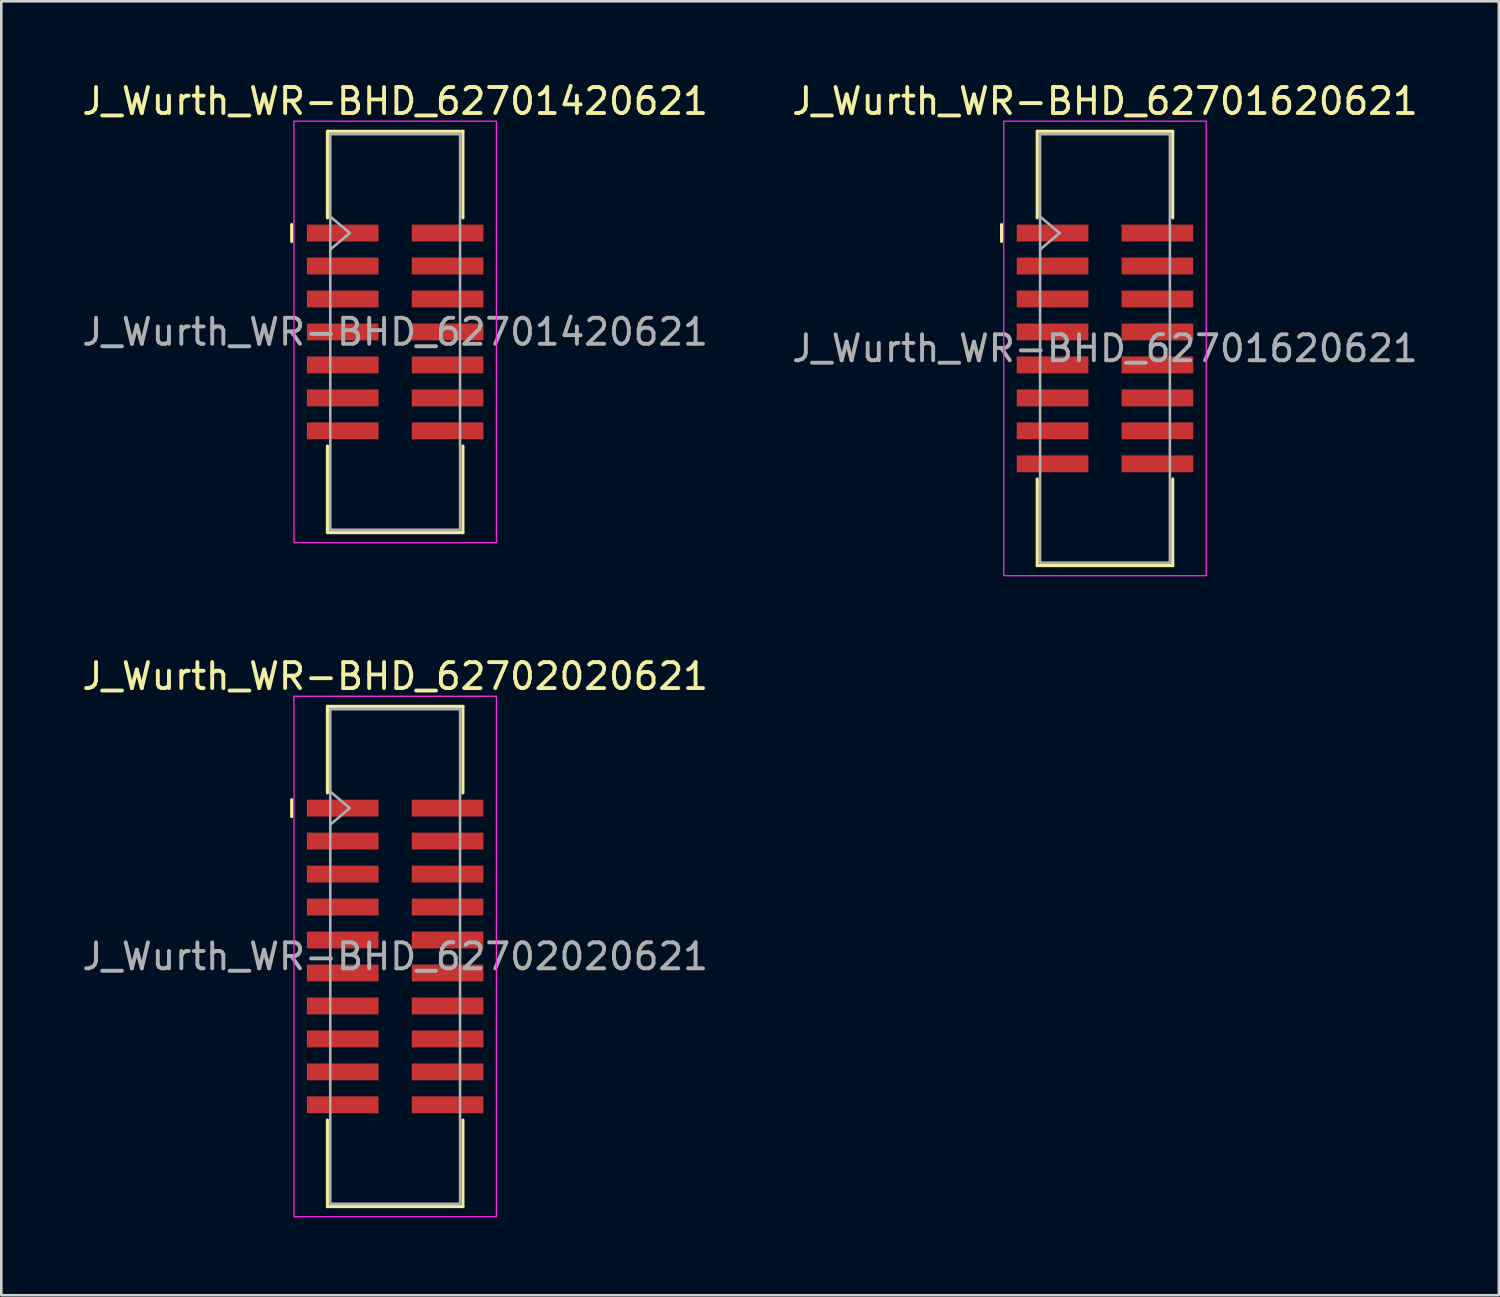
<source format=kicad_pcb>
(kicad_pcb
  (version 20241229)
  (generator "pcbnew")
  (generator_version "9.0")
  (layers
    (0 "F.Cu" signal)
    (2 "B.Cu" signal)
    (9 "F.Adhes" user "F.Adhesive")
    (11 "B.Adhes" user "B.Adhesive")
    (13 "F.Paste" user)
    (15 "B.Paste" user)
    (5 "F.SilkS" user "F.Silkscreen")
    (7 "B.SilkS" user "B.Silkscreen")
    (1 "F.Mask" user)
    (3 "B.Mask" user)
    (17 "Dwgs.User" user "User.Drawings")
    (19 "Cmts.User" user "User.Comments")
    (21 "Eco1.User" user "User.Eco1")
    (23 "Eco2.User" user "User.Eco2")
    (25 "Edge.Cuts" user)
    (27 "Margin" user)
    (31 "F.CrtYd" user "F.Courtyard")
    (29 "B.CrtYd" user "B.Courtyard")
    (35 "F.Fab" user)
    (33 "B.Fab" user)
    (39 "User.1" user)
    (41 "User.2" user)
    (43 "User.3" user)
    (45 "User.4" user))
  (footprint "J_Wurth_WR-BHD_62701420621"
    (layer "F.Cu")
    (at 12.173 9.738)
    (property "Reference" "J_Wurth_WR-BHD_62701420621" (at 0 -8.89 0) (unlocked yes) (layer "F.SilkS") (effects (font (size 1 1) (thickness 0.15))))
    (attr smd)
    (fp_line (start -3.985 -4.135) (end -3.985 -3.485) (stroke (width 0.12) (type solid)) (layer "F.SilkS"))
    (fp_line (start -2.61 -7.73) (end 2.61 -7.73) (stroke (width 0.12) (type default)) (layer "F.SilkS"))
    (fp_line (start -2.61 -4.395) (end -2.61 -7.73) (stroke (width 0.12) (type solid)) (layer "F.SilkS"))
    (fp_line (start -2.61 7.73) (end -2.61 4.395) (stroke (width 0.12) (type solid)) (layer "F.SilkS"))
    (fp_line (start 2.61 -4.395) (end 2.61 -7.73) (stroke (width 0.12) (type solid)) (layer "F.SilkS"))
    (fp_line (start 2.61 4.395) (end 2.61 7.73) (stroke (width 0.12) (type solid)) (layer "F.SilkS"))
    (fp_line (start 2.61 7.73) (end -2.61 7.73) (stroke (width 0.12) (type default)) (layer "F.SilkS"))
    (fp_rect (start -3.9 -8.12) (end 3.9 8.12) (stroke (width 0.05) (type solid)) (fill no) (layer "F.CrtYd"))
    (fp_line (start -1.75 -3.81) (end -2.5 -4.445) (stroke (width 0.1) (type solid)) (layer "F.Fab"))
    (fp_line (start -1.75 -3.81) (end -2.5 -3.175) (stroke (width 0.1) (type solid)) (layer "F.Fab"))
    (fp_rect (start -2.5 -7.62) (end 2.5 7.62) (stroke (width 0.1) (type solid)) (fill no) (layer "F.Fab"))
    (fp_text user "${REFERENCE}" (at 0 0 0) (unlocked yes) (layer "F.Fab") (effects (font (size 1 1) (thickness 0.15))))
    (pad "1" smd rect (at -2.02 -3.81 270) (size 0.65 2.76) (layers "F.Cu" "F.Mask" "F.Paste"))
    (pad "2" smd rect (at 2.02 -3.81 270) (size 0.65 2.76) (layers "F.Cu" "F.Mask" "F.Paste"))
    (pad "3" smd rect (at -2.02 -2.54 270) (size 0.65 2.76) (layers "F.Cu" "F.Mask" "F.Paste"))
    (pad "4" smd rect (at 2.02 -2.54 270) (size 0.65 2.76) (layers "F.Cu" "F.Mask" "F.Paste"))
    (pad "5" smd rect (at -2.02 -1.27 270) (size 0.65 2.76) (layers "F.Cu" "F.Mask" "F.Paste"))
    (pad "6" smd rect (at 2.02 -1.27 270) (size 0.65 2.76) (layers "F.Cu" "F.Mask" "F.Paste"))
    (pad "7" smd rect (at -2.02 0 270) (size 0.65 2.76) (layers "F.Cu" "F.Mask" "F.Paste"))
    (pad "8" smd rect (at 2.02 0 270) (size 0.65 2.76) (layers "F.Cu" "F.Mask" "F.Paste"))
    (pad "9" smd rect (at -2.02 1.27 270) (size 0.65 2.76) (layers "F.Cu" "F.Mask" "F.Paste"))
    (pad "10" smd rect (at 2.02 1.27 270) (size 0.65 2.76) (layers "F.Cu" "F.Mask" "F.Paste"))
    (pad "11" smd rect (at -2.02 2.54 270) (size 0.65 2.76) (layers "F.Cu" "F.Mask" "F.Paste"))
    (pad "12" smd rect (at 2.02 2.54 270) (size 0.65 2.76) (layers "F.Cu" "F.Mask" "F.Paste"))
    (pad "13" smd rect (at -2.02 3.81 270) (size 0.65 2.76) (layers "F.Cu" "F.Mask" "F.Paste"))
    (pad "14" smd rect (at 2.02 3.81 270) (size 0.65 2.76) (layers "F.Cu" "F.Mask" "F.Paste")))
  (footprint "J_Wurth_WR-BHD_62701620621"
    (layer "F.Cu")
    (at 39.518 10.373)
    (property "Reference" "J_Wurth_WR-BHD_62701620621" (at 0 -9.525 0) (unlocked yes) (layer "F.SilkS") (effects (font (size 1 1) (thickness 0.15))))
    (attr smd)
    (fp_line (start -3.985 -4.77) (end -3.985 -4.12) (stroke (width 0.12) (type solid)) (layer "F.SilkS"))
    (fp_line (start -2.61 -8.365) (end 2.61 -8.365) (stroke (width 0.12) (type default)) (layer "F.SilkS"))
    (fp_line (start -2.61 -5.03) (end -2.61 -8.365) (stroke (width 0.12) (type solid)) (layer "F.SilkS"))
    (fp_line (start -2.61 8.365) (end -2.61 5.03) (stroke (width 0.12) (type solid)) (layer "F.SilkS"))
    (fp_line (start 2.61 -5.03) (end 2.61 -8.365) (stroke (width 0.12) (type solid)) (layer "F.SilkS"))
    (fp_line (start 2.61 5.03) (end 2.61 8.365) (stroke (width 0.12) (type solid)) (layer "F.SilkS"))
    (fp_line (start 2.61 8.365) (end -2.61 8.365) (stroke (width 0.12) (type default)) (layer "F.SilkS"))
    (fp_rect (start -3.9 -8.755) (end 3.9 8.755) (stroke (width 0.05) (type solid)) (fill no) (layer "F.CrtYd"))
    (fp_line (start -1.75 -4.445) (end -2.5 -5.08) (stroke (width 0.1) (type solid)) (layer "F.Fab"))
    (fp_line (start -1.75 -4.445) (end -2.5 -3.81) (stroke (width 0.1) (type solid)) (layer "F.Fab"))
    (fp_rect (start -2.5 -8.255) (end 2.5 8.255) (stroke (width 0.1) (type solid)) (fill no) (layer "F.Fab"))
    (fp_text user "${REFERENCE}" (at 0 0 0) (unlocked yes) (layer "F.Fab") (effects (font (size 1 1) (thickness 0.15))))
    (pad "1" smd rect (at -2.02 -4.445 270) (size 0.65 2.76) (layers "F.Cu" "F.Mask" "F.Paste"))
    (pad "2" smd rect (at 2.02 -4.445 270) (size 0.65 2.76) (layers "F.Cu" "F.Mask" "F.Paste"))
    (pad "3" smd rect (at -2.02 -3.175 270) (size 0.65 2.76) (layers "F.Cu" "F.Mask" "F.Paste"))
    (pad "4" smd rect (at 2.02 -3.175 270) (size 0.65 2.76) (layers "F.Cu" "F.Mask" "F.Paste"))
    (pad "5" smd rect (at -2.02 -1.905 270) (size 0.65 2.76) (layers "F.Cu" "F.Mask" "F.Paste"))
    (pad "6" smd rect (at 2.02 -1.905 270) (size 0.65 2.76) (layers "F.Cu" "F.Mask" "F.Paste"))
    (pad "7" smd rect (at -2.02 -0.635 270) (size 0.65 2.76) (layers "F.Cu" "F.Mask" "F.Paste"))
    (pad "8" smd rect (at 2.02 -0.635 270) (size 0.65 2.76) (layers "F.Cu" "F.Mask" "F.Paste"))
    (pad "9" smd rect (at -2.02 0.635 270) (size 0.65 2.76) (layers "F.Cu" "F.Mask" "F.Paste"))
    (pad "10" smd rect (at 2.02 0.635 270) (size 0.65 2.76) (layers "F.Cu" "F.Mask" "F.Paste"))
    (pad "11" smd rect (at -2.02 1.905 270) (size 0.65 2.76) (layers "F.Cu" "F.Mask" "F.Paste"))
    (pad "12" smd rect (at 2.02 1.905 270) (size 0.65 2.76) (layers "F.Cu" "F.Mask" "F.Paste"))
    (pad "13" smd rect (at -2.02 3.175 270) (size 0.65 2.76) (layers "F.Cu" "F.Mask" "F.Paste"))
    (pad "14" smd rect (at 2.02 3.175 270) (size 0.65 2.76) (layers "F.Cu" "F.Mask" "F.Paste"))
    (pad "15" smd rect (at -2.02 4.445 270) (size 0.65 2.76) (layers "F.Cu" "F.Mask" "F.Paste"))
    (pad "16" smd rect (at 2.02 4.445 270) (size 0.65 2.76) (layers "F.Cu" "F.Mask" "F.Paste")))
  (footprint "J_Wurth_WR-BHD_62702020621"
    (layer "F.Cu")
    (at 12.173 33.797)
    (property "Reference" "J_Wurth_WR-BHD_62702020621" (at 0 -10.795 0) (unlocked yes) (layer "F.SilkS") (effects (font (size 1 1) (thickness 0.15))))
    (attr smd)
    (fp_line (start -3.985 -6.04) (end -3.985 -5.39) (stroke (width 0.12) (type solid)) (layer "F.SilkS"))
    (fp_line (start -2.61 -9.635) (end 2.61 -9.635) (stroke (width 0.12) (type default)) (layer "F.SilkS"))
    (fp_line (start -2.61 -6.3) (end -2.61 -9.635) (stroke (width 0.12) (type solid)) (layer "F.SilkS"))
    (fp_line (start -2.61 9.635) (end -2.61 6.3) (stroke (width 0.12) (type solid)) (layer "F.SilkS"))
    (fp_line (start 2.61 -6.3) (end 2.61 -9.635) (stroke (width 0.12) (type solid)) (layer "F.SilkS"))
    (fp_line (start 2.61 6.3) (end 2.61 9.635) (stroke (width 0.12) (type solid)) (layer "F.SilkS"))
    (fp_line (start 2.61 9.635) (end -2.61 9.635) (stroke (width 0.12) (type default)) (layer "F.SilkS"))
    (fp_rect (start -3.9 -10.025) (end 3.9 10.025) (stroke (width 0.05) (type solid)) (fill no) (layer "F.CrtYd"))
    (fp_line (start -1.75 -5.715) (end -2.5 -6.35) (stroke (width 0.1) (type solid)) (layer "F.Fab"))
    (fp_line (start -1.75 -5.715) (end -2.5 -5.08) (stroke (width 0.1) (type solid)) (layer "F.Fab"))
    (fp_rect (start -2.5 -9.525) (end 2.5 9.525) (stroke (width 0.1) (type solid)) (fill no) (layer "F.Fab"))
    (fp_text user "${REFERENCE}" (at 0 0 0) (unlocked yes) (layer "F.Fab") (effects (font (size 1 1) (thickness 0.15))))
    (pad "1" smd rect (at -2.02 -5.715 270) (size 0.65 2.76) (layers "F.Cu" "F.Mask" "F.Paste"))
    (pad "2" smd rect (at 2.02 -5.715 270) (size 0.65 2.76) (layers "F.Cu" "F.Mask" "F.Paste"))
    (pad "3" smd rect (at -2.02 -4.445 270) (size 0.65 2.76) (layers "F.Cu" "F.Mask" "F.Paste"))
    (pad "4" smd rect (at 2.02 -4.445 270) (size 0.65 2.76) (layers "F.Cu" "F.Mask" "F.Paste"))
    (pad "5" smd rect (at -2.02 -3.175 270) (size 0.65 2.76) (layers "F.Cu" "F.Mask" "F.Paste"))
    (pad "6" smd rect (at 2.02 -3.175 270) (size 0.65 2.76) (layers "F.Cu" "F.Mask" "F.Paste"))
    (pad "7" smd rect (at -2.02 -1.905 270) (size 0.65 2.76) (layers "F.Cu" "F.Mask" "F.Paste"))
    (pad "8" smd rect (at 2.02 -1.905 270) (size 0.65 2.76) (layers "F.Cu" "F.Mask" "F.Paste"))
    (pad "9" smd rect (at -2.02 -0.635 270) (size 0.65 2.76) (layers "F.Cu" "F.Mask" "F.Paste"))
    (pad "10" smd rect (at 2.02 -0.635 270) (size 0.65 2.76) (layers "F.Cu" "F.Mask" "F.Paste"))
    (pad "11" smd rect (at -2.02 0.635 270) (size 0.65 2.76) (layers "F.Cu" "F.Mask" "F.Paste"))
    (pad "12" smd rect (at 2.02 0.635 270) (size 0.65 2.76) (layers "F.Cu" "F.Mask" "F.Paste"))
    (pad "13" smd rect (at -2.02 1.905 270) (size 0.65 2.76) (layers "F.Cu" "F.Mask" "F.Paste"))
    (pad "14" smd rect (at 2.02 1.905 270) (size 0.65 2.76) (layers "F.Cu" "F.Mask" "F.Paste"))
    (pad "15" smd rect (at -2.02 3.175 270) (size 0.65 2.76) (layers "F.Cu" "F.Mask" "F.Paste"))
    (pad "16" smd rect (at 2.02 3.175 270) (size 0.65 2.76) (layers "F.Cu" "F.Mask" "F.Paste"))
    (pad "17" smd rect (at -2.02 4.445 270) (size 0.65 2.76) (layers "F.Cu" "F.Mask" "F.Paste"))
    (pad "18" smd rect (at 2.02 4.445 270) (size 0.65 2.76) (layers "F.Cu" "F.Mask" "F.Paste"))
    (pad "19" smd rect (at -2.02 5.715 270) (size 0.65 2.76) (layers "F.Cu" "F.Mask" "F.Paste"))
    (pad "20" smd rect (at 2.02 5.715 270) (size 0.65 2.76) (layers "F.Cu" "F.Mask" "F.Paste")))
  (gr_rect
    (start -3 -3)
    (end 54.69 46.846)
    (stroke (width 0.1) (type default))
    (fill no)
    (layer "Edge.Cuts")))
</source>
